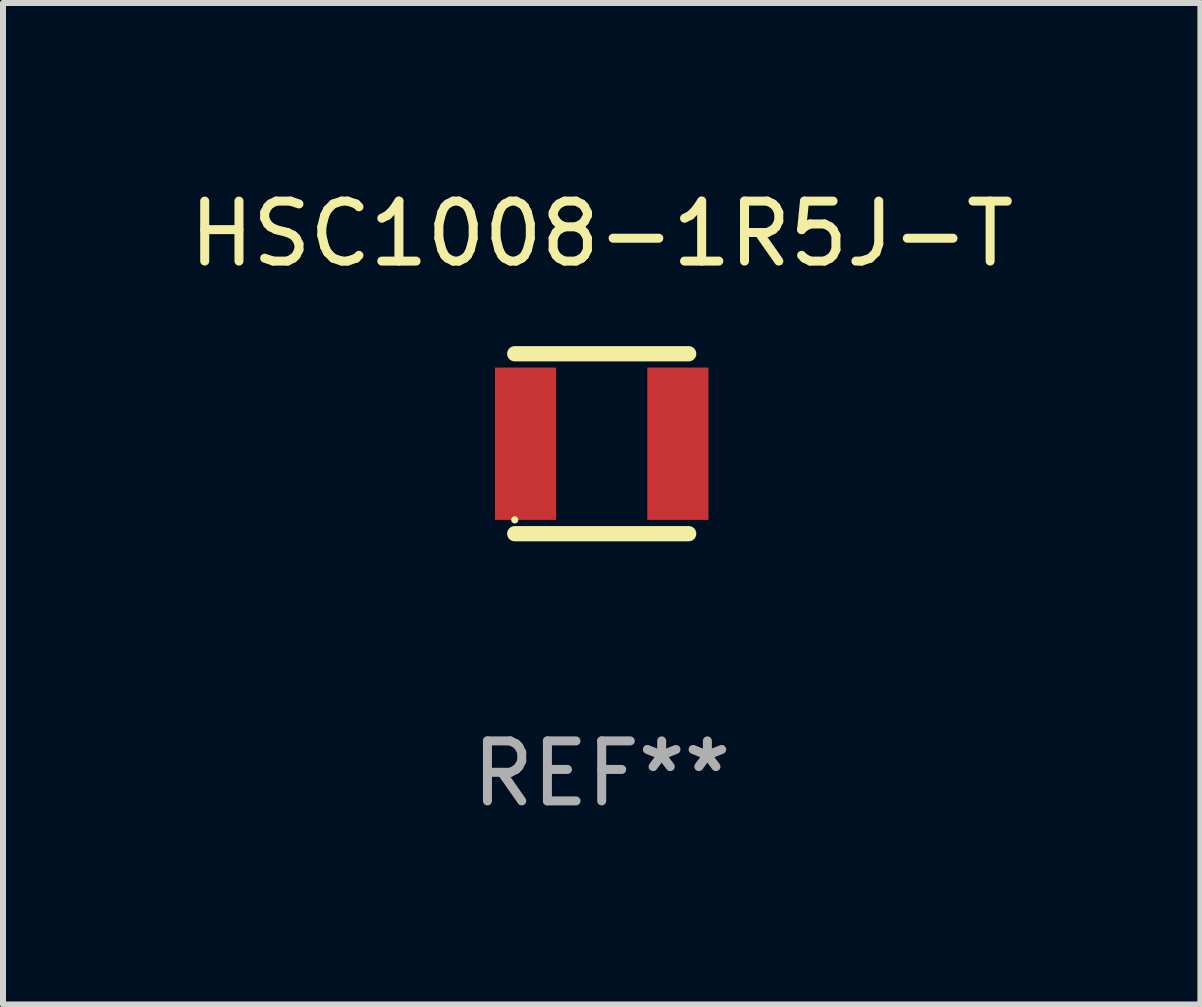
<source format=kicad_pcb>
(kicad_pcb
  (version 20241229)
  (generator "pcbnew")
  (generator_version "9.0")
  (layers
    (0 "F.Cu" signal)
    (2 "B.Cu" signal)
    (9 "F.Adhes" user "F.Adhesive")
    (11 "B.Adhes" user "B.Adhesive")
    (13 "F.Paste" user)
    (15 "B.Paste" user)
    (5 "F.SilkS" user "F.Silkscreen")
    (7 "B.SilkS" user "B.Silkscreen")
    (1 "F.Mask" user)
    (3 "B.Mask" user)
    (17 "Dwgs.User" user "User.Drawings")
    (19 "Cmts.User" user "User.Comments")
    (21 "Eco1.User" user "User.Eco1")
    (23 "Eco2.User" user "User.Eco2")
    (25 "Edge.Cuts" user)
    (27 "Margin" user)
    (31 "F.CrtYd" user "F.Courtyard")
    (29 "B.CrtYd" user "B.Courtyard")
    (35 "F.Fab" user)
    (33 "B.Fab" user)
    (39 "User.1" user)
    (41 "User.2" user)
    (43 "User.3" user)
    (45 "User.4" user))
  (footprint "HSC1008-1R5J-T"
    (layer "F.Cu")
    (at 6.982 4.348)
    (property "Reference" "HSC1008-1R5J-T" (at 0 -3.5 0) (layer "F.SilkS") (effects (font (size 1 1) (thickness 0.15))))
    (attr through_hole)
    (fp_line (start -1.45 -1.5) (end 1.45 -1.5) (stroke (width 0.254) (type solid)) (layer "F.SilkS"))
    (fp_line (start -1.45 1.5) (end 1.45 1.5) (stroke (width 0.254) (type solid)) (layer "F.SilkS"))
    (fp_circle (center -1.45 1.27) (end -1.42 1.27) (stroke (width 0.06) (type solid)) (fill no) (layer "F.SilkS"))
    (fp_text user "REF**" (at 0 5.5 0) (layer "F.Fab") (effects (font (size 1 1) (thickness 0.15))))
    (pad "1" smd rect (at -1.27 0 90) (size 2.54 1.02) (layers "F.Cu" "F.Mask" "F.Paste"))
    (pad "2" smd rect (at 1.27 0 90) (size 2.54 1.02) (layers "F.Cu" "F.Mask" "F.Paste")))
  (gr_rect
    (start -3 -3)
    (end 16.964 13.697)
    (stroke (width 0.1) (type default))
    (fill no)
    (layer "Edge.Cuts")))
</source>
